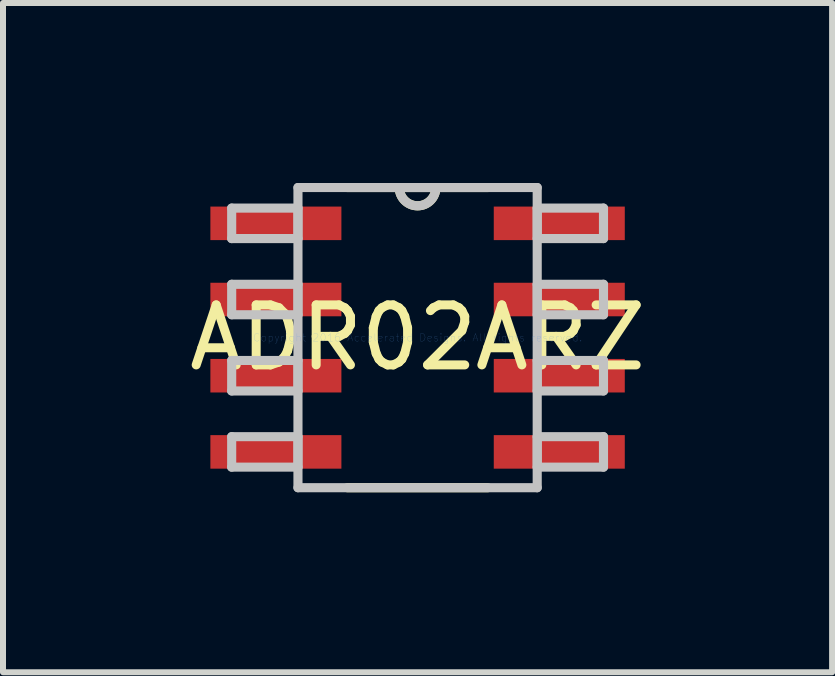
<source format=kicad_pcb>
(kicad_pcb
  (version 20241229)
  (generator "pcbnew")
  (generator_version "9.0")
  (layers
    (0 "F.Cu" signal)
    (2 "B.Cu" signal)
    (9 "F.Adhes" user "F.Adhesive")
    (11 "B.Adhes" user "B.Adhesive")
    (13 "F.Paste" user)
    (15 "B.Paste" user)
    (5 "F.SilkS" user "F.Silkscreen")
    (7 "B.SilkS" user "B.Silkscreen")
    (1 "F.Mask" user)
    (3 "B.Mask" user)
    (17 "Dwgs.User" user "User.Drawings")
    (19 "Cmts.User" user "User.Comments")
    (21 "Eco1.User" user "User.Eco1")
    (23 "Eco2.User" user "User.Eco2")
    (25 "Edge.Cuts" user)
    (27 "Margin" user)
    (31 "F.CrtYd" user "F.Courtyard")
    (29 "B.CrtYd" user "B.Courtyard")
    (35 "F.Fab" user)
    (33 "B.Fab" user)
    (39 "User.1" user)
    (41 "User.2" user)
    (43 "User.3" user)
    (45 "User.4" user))
  (footprint "ADR02ARZ"
    (layer "F.Cu")
    (at 3.911 2.578)
    (property "Reference" "ADR02ARZ" (at 0 0 0) (layer "F.SilkS") (effects (font (size 1 1) (thickness 0.15))))
    (attr through_hole)
    (fp_line (start -1.17 2.502) (end 1.17 2.502) (stroke (width 0.152) (type solid)) (layer "F.SilkS"))
    (fp_line (start 1.17 -2.502) (end -1.17 -2.502) (stroke (width 0.152) (type solid)) (layer "F.SilkS"))
    (fp_arc (start 0.3048 -2.5019) (mid 0 -2.1971) (end -0.3048 -2.5019) (stroke (width 0.1524) (type solid)) (layer "F.SilkS"))
    (fp_line (start -3.099 -2.159) (end -3.099 -1.651) (stroke (width 0.152) (type solid)) (layer "Dwgs.User"))
    (fp_line (start -3.099 -1.651) (end -1.994 -1.651) (stroke (width 0.152) (type solid)) (layer "Dwgs.User"))
    (fp_line (start -3.099 -0.889) (end -3.099 -0.381) (stroke (width 0.152) (type solid)) (layer "Dwgs.User"))
    (fp_line (start -3.099 -0.381) (end -1.994 -0.381) (stroke (width 0.152) (type solid)) (layer "Dwgs.User"))
    (fp_line (start -3.099 0.381) (end -3.099 0.889) (stroke (width 0.152) (type solid)) (layer "Dwgs.User"))
    (fp_line (start -3.099 0.889) (end -1.994 0.889) (stroke (width 0.152) (type solid)) (layer "Dwgs.User"))
    (fp_line (start -3.099 1.651) (end -3.099 2.159) (stroke (width 0.152) (type solid)) (layer "Dwgs.User"))
    (fp_line (start -3.099 2.159) (end -1.994 2.159) (stroke (width 0.152) (type solid)) (layer "Dwgs.User"))
    (fp_line (start -1.994 -2.502) (end -1.994 2.502) (stroke (width 0.152) (type solid)) (layer "Dwgs.User"))
    (fp_line (start -1.994 -2.159) (end -3.099 -2.159) (stroke (width 0.152) (type solid)) (layer "Dwgs.User"))
    (fp_line (start -1.994 -1.651) (end -1.994 -2.159) (stroke (width 0.152) (type solid)) (layer "Dwgs.User"))
    (fp_line (start -1.994 -0.889) (end -3.099 -0.889) (stroke (width 0.152) (type solid)) (layer "Dwgs.User"))
    (fp_line (start -1.994 -0.381) (end -1.994 -0.889) (stroke (width 0.152) (type solid)) (layer "Dwgs.User"))
    (fp_line (start -1.994 0.381) (end -3.099 0.381) (stroke (width 0.152) (type solid)) (layer "Dwgs.User"))
    (fp_line (start -1.994 0.889) (end -1.994 0.381) (stroke (width 0.152) (type solid)) (layer "Dwgs.User"))
    (fp_line (start -1.994 1.651) (end -3.099 1.651) (stroke (width 0.152) (type solid)) (layer "Dwgs.User"))
    (fp_line (start -1.994 2.159) (end -1.994 1.651) (stroke (width 0.152) (type solid)) (layer "Dwgs.User"))
    (fp_line (start -1.994 2.502) (end 1.994 2.502) (stroke (width 0.152) (type solid)) (layer "Dwgs.User"))
    (fp_line (start 1.994 -2.502) (end -1.994 -2.502) (stroke (width 0.152) (type solid)) (layer "Dwgs.User"))
    (fp_line (start 1.994 -2.159) (end 1.994 -1.651) (stroke (width 0.152) (type solid)) (layer "Dwgs.User"))
    (fp_line (start 1.994 -1.651) (end 3.099 -1.651) (stroke (width 0.152) (type solid)) (layer "Dwgs.User"))
    (fp_line (start 1.994 -0.889) (end 1.994 -0.381) (stroke (width 0.152) (type solid)) (layer "Dwgs.User"))
    (fp_line (start 1.994 -0.381) (end 3.099 -0.381) (stroke (width 0.152) (type solid)) (layer "Dwgs.User"))
    (fp_line (start 1.994 0.381) (end 1.994 0.889) (stroke (width 0.152) (type solid)) (layer "Dwgs.User"))
    (fp_line (start 1.994 0.889) (end 3.099 0.889) (stroke (width 0.152) (type solid)) (layer "Dwgs.User"))
    (fp_line (start 1.994 1.651) (end 1.994 2.159) (stroke (width 0.152) (type solid)) (layer "Dwgs.User"))
    (fp_line (start 1.994 2.159) (end 3.099 2.159) (stroke (width 0.152) (type solid)) (layer "Dwgs.User"))
    (fp_line (start 1.994 2.502) (end 1.994 -2.502) (stroke (width 0.152) (type solid)) (layer "Dwgs.User"))
    (fp_line (start 3.099 -2.159) (end 1.994 -2.159) (stroke (width 0.152) (type solid)) (layer "Dwgs.User"))
    (fp_line (start 3.099 -1.651) (end 3.099 -2.159) (stroke (width 0.152) (type solid)) (layer "Dwgs.User"))
    (fp_line (start 3.099 -0.889) (end 1.994 -0.889) (stroke (width 0.152) (type solid)) (layer "Dwgs.User"))
    (fp_line (start 3.099 -0.381) (end 3.099 -0.889) (stroke (width 0.152) (type solid)) (layer "Dwgs.User"))
    (fp_line (start 3.099 0.381) (end 1.994 0.381) (stroke (width 0.152) (type solid)) (layer "Dwgs.User"))
    (fp_line (start 3.099 0.889) (end 3.099 0.381) (stroke (width 0.152) (type solid)) (layer "Dwgs.User"))
    (fp_line (start 3.099 1.651) (end 1.994 1.651) (stroke (width 0.152) (type solid)) (layer "Dwgs.User"))
    (fp_line (start 3.099 2.159) (end 3.099 1.651) (stroke (width 0.152) (type solid)) (layer "Dwgs.User"))
    (fp_arc (start 0.3048 -2.5019) (mid 0 -2.1971) (end -0.3048 -2.5019) (stroke (width 0.1524) (type solid)) (layer "Dwgs.User"))
    (fp_text user "Copyright 2016 Accelerated Designs. All rights reserved." (at 0 0 0) (layer "Cmts.User") (effects (font (size 0.127 0.127) (thickness 0.002))))
    (pad "1" smd rect (at -2.362 -1.905) (size 2.184 0.559) (layers "F.Cu"))
    (pad "2" smd rect (at -2.362 -0.635) (size 2.184 0.559) (layers "F.Cu"))
    (pad "3" smd rect (at -2.362 0.635) (size 2.184 0.559) (layers "F.Cu"))
    (pad "4" smd rect (at -2.362 1.905) (size 2.184 0.559) (layers "F.Cu"))
    (pad "5" smd rect (at 2.362 1.905) (size 2.184 0.559) (layers "F.Cu"))
    (pad "6" smd rect (at 2.362 0.635) (size 2.184 0.559) (layers "F.Cu"))
    (pad "7" smd rect (at 2.362 -0.635) (size 2.184 0.559) (layers "F.Cu"))
    (pad "8" smd rect (at 2.362 -1.905) (size 2.184 0.559) (layers "F.Cu")))
  (gr_rect
    (start -3 -3)
    (end 10.821 8.156)
    (stroke (width 0.1) (type default))
    (fill no)
    (layer "Edge.Cuts")))
</source>
